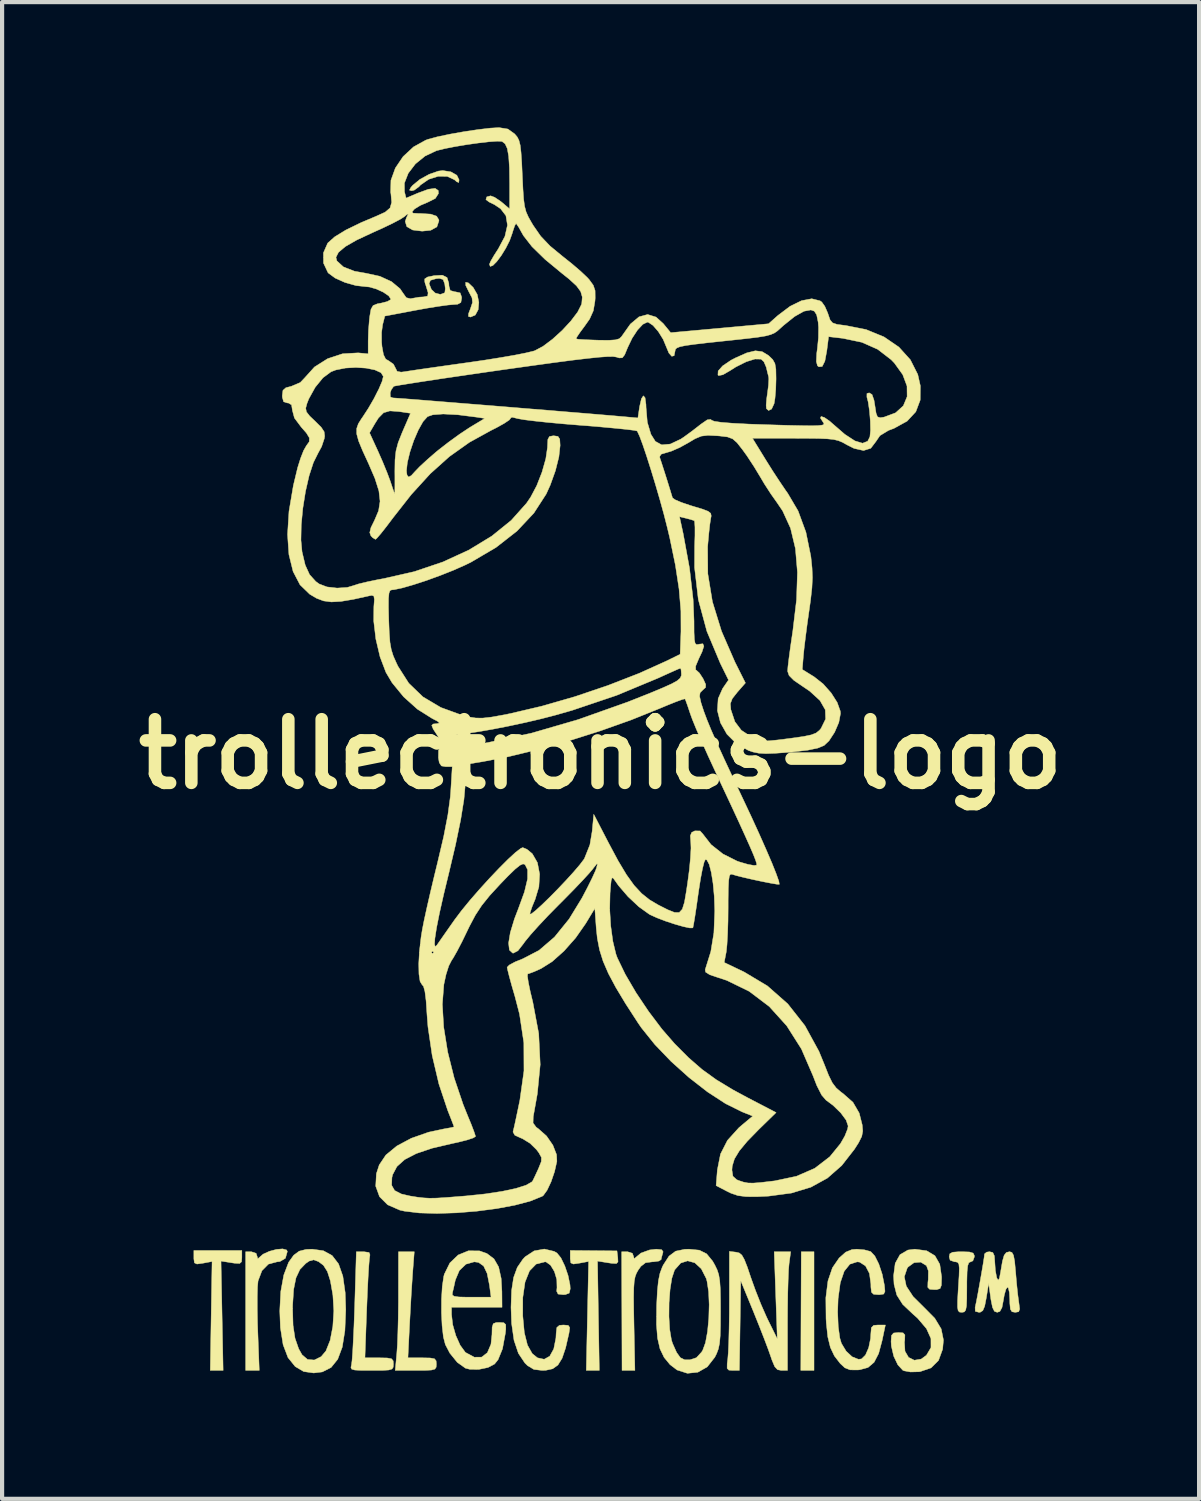
<source format=kicad_pcb>
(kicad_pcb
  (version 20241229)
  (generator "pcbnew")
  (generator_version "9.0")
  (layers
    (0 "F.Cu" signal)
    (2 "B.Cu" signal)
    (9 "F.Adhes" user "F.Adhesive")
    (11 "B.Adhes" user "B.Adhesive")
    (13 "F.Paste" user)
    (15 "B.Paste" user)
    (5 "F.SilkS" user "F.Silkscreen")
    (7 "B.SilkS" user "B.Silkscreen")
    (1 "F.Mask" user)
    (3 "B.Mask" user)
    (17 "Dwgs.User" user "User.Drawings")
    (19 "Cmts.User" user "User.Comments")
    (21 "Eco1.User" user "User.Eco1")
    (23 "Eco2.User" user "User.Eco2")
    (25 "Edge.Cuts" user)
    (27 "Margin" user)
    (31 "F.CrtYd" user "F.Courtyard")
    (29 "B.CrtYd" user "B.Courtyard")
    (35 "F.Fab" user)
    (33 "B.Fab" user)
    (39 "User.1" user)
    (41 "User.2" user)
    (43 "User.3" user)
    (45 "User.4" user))
  (footprint "trollectronics-logo"
    (layer "F.Cu")
    (at 11.328 15.003)
    (property "Reference" "trollectronics-logo" (at 0 0 0) (layer "F.SilkS") (effects (font (size 1.524 1.524) (thickness 0.3))))
    (attr through_hole)
    (fp_poly (pts (xy 5.11 14.756) (xy 4.794 14.756) (xy 4.799 13.335) (xy 4.805 11.914) (xy 5.11 11.914) (xy 5.11 14.756)) (stroke (width 0.01) (type solid)) (fill yes) (layer "F.SilkS"))
    (fp_poly (pts (xy -3.164 -11.28) (xy -3.049 -11.17) (xy -2.952 -11.002) (xy -2.914 -10.814) (xy -2.93 -10.639) (xy -2.999 -10.511) (xy -3.114 -10.462) (xy -3.164 -10.478) (xy -3.16 -10.546) (xy -3.115 -10.664) (xy -3.066 -10.81) (xy -3.078 -10.924) (xy -3.152 -11.064) (xy -3.228 -11.22) (xy -3.229 -11.296) (xy -3.164 -11.28)) (stroke (width 0.01) (type solid)) (fill yes) (layer "F.SilkS"))
    (fp_poly (pts (xy -8.588 12.051) (xy -8.595 12.155) (xy -8.64 12.195) (xy -8.756 12.19) (xy -8.837 12.178) (xy -9.087 12.138) (xy -9.036 14.756) (xy -9.19 14.756) (xy -9.344 14.756) (xy -9.301 12.148) (xy -9.519 12.189) (xy -9.662 12.209) (xy -9.723 12.181) (xy -9.737 12.084) (xy -9.737 12.057) (xy -9.737 11.884) (xy -8.588 11.884) (xy -8.588 12.051)) (stroke (width 0.01) (type solid)) (fill yes) (layer "F.SilkS"))
    (fp_poly (pts (xy 0.393 11.894) (xy 0.412 12.056) (xy 0.417 12.157) (xy 0.38 12.197) (xy 0.269 12.192) (xy 0.179 12.179) (xy -0.073 12.138) (xy -0.052 13.447) (xy -0.03 14.756) (xy -0.342 14.756) (xy -0.314 13.452) (xy -0.286 12.147) (xy -0.506 12.188) (xy -0.65 12.209) (xy -0.712 12.182) (xy -0.726 12.087) (xy -0.726 12.057) (xy -0.726 11.884) (xy 0.393 11.894)) (stroke (width 0.01) (type solid)) (fill yes) (layer "F.SilkS"))
    (fp_poly (pts (xy -3.583 -13.939) (xy -3.441 -13.858) (xy -3.387 -13.747) (xy -3.396 -13.683) (xy -3.445 -13.703) (xy -3.497 -13.749) (xy -3.67 -13.83) (xy -3.888 -13.832) (xy -4.114 -13.761) (xy -4.31 -13.625) (xy -4.351 -13.581) (xy -4.459 -13.502) (xy -4.522 -13.486) (xy -4.575 -13.501) (xy -4.543 -13.563) (xy -4.5 -13.614) (xy -4.327 -13.757) (xy -4.104 -13.88) (xy -3.883 -13.957) (xy -3.778 -13.97) (xy -3.583 -13.939)) (stroke (width 0.01) (type solid)) (fill yes) (layer "F.SilkS"))
    (fp_poly (pts (xy -4.496 12.383) (xy -4.513 12.632) (xy -4.534 12.958) (xy -4.554 13.319) (xy -4.572 13.652) (xy -4.612 14.454) (xy -4.271 14.454) (xy -4.078 14.458) (xy -3.976 14.477) (xy -3.937 14.526) (xy -3.931 14.605) (xy -3.936 14.679) (xy -3.967 14.724) (xy -4.05 14.747) (xy -4.207 14.755) (xy -4.424 14.756) (xy -4.916 14.756) (xy -4.878 14.348) (xy -4.864 14.144) (xy -4.853 13.852) (xy -4.844 13.502) (xy -4.839 13.127) (xy -4.839 12.927) (xy -4.838 11.914) (xy -4.46 11.914) (xy -4.496 12.383)) (stroke (width 0.01) (type solid)) (fill yes) (layer "F.SilkS"))
    (fp_poly (pts (xy -7.516 11.872) (xy -7.499 11.909) (xy -7.545 12.071) (xy -7.677 12.149) (xy -7.747 12.156) (xy -7.952 12.211) (xy -8.107 12.368) (xy -8.199 12.611) (xy -8.2 12.617) (xy -8.213 12.756) (xy -8.219 12.989) (xy -8.219 13.288) (xy -8.213 13.625) (xy -8.207 13.8) (xy -8.171 14.756) (xy -8.497 14.756) (xy -8.497 11.914) (xy -8.361 11.914) (xy -8.247 11.952) (xy -8.224 12.02) (xy -8.206 12.082) (xy -8.178 12.059) (xy -8.08 11.973) (xy -7.929 11.904) (xy -7.761 11.859) (xy -7.612 11.846) (xy -7.516 11.872)) (stroke (width 0.01) (type solid)) (fill yes) (layer "F.SilkS"))
    (fp_poly (pts (xy 1.463 11.866) (xy 1.497 11.915) (xy 1.488 11.949) (xy 1.456 12.064) (xy 1.451 12.1) (xy 1.398 12.137) (xy 1.267 12.155) (xy 1.239 12.156) (xy 1.077 12.177) (xy 0.965 12.264) (xy 0.902 12.352) (xy 0.858 12.43) (xy 0.827 12.515) (xy 0.806 12.626) (xy 0.795 12.784) (xy 0.791 13.007) (xy 0.794 13.316) (xy 0.8 13.652) (xy 0.822 14.756) (xy 0.668 14.756) (xy 0.514 14.756) (xy 0.505 11.914) (xy 0.646 11.914) (xy 0.762 11.951) (xy 0.787 12.02) (xy 0.805 12.082) (xy 0.832 12.059) (xy 0.967 11.946) (xy 1.171 11.872) (xy 1.333 11.853) (xy 1.463 11.866)) (stroke (width 0.01) (type solid)) (fill yes) (layer "F.SilkS"))
    (fp_poly (pts (xy -5.542 11.932) (xy -5.52 11.991) (xy -5.522 11.996) (xy -5.534 12.08) (xy -5.549 12.265) (xy -5.565 12.53) (xy -5.581 12.857) (xy -5.596 13.224) (xy -5.598 13.266) (xy -5.641 14.454) (xy -5.3 14.454) (xy -5.107 14.458) (xy -5.005 14.477) (xy -4.965 14.526) (xy -4.959 14.605) (xy -4.964 14.678) (xy -4.993 14.722) (xy -5.072 14.746) (xy -5.223 14.755) (xy -5.471 14.756) (xy -5.48 14.756) (xy -5.731 14.755) (xy -5.882 14.747) (xy -5.957 14.726) (xy -5.977 14.685) (xy -5.963 14.62) (xy -5.95 14.521) (xy -5.935 14.32) (xy -5.92 14.039) (xy -5.904 13.698) (xy -5.89 13.316) (xy -5.886 13.199) (xy -5.847 11.914) (xy -5.669 11.914) (xy -5.542 11.932)) (stroke (width 0.01) (type solid)) (fill yes) (layer "F.SilkS"))
    (fp_poly (pts (xy 8.829 11.92) (xy 8.92 11.947) (xy 8.949 12.007) (xy 8.95 12.035) (xy 8.913 12.133) (xy 8.86 12.156) (xy 8.817 12.176) (xy 8.79 12.249) (xy 8.775 12.395) (xy 8.769 12.635) (xy 8.769 12.76) (xy 8.767 13.036) (xy 8.76 13.212) (xy 8.741 13.311) (xy 8.708 13.355) (xy 8.655 13.365) (xy 8.648 13.365) (xy 8.593 13.359) (xy 8.56 13.324) (xy 8.546 13.24) (xy 8.547 13.085) (xy 8.561 12.836) (xy 8.566 12.76) (xy 8.583 12.486) (xy 8.588 12.311) (xy 8.578 12.212) (xy 8.55 12.168) (xy 8.499 12.156) (xy 8.476 12.156) (xy 8.369 12.118) (xy 8.346 12.035) (xy 8.362 11.962) (xy 8.429 11.926) (xy 8.578 11.914) (xy 8.648 11.914) (xy 8.829 11.92)) (stroke (width 0.01) (type solid)) (fill yes) (layer "F.SilkS"))
    (fp_poly (pts (xy 3.869 -9.634) (xy 4.016 -9.545) (xy 4.027 -9.536) (xy 4.121 -9.445) (xy 4.174 -9.35) (xy 4.197 -9.215) (xy 4.201 -9.002) (xy 4.201 -8.971) (xy 4.194 -8.732) (xy 4.176 -8.519) (xy 4.155 -8.391) (xy 4.095 -8.26) (xy 4.022 -8.225) (xy 3.971 -8.27) (xy 3.964 -8.351) (xy 3.977 -8.51) (xy 3.995 -8.636) (xy 4.02 -8.83) (xy 4.028 -8.979) (xy 4.024 -9.029) (xy 3.995 -9.141) (xy 3.967 -9.261) (xy 3.91 -9.393) (xy 3.842 -9.455) (xy 3.696 -9.458) (xy 3.485 -9.392) (xy 3.238 -9.268) (xy 3.103 -9.182) (xy 2.93 -9.082) (xy 2.828 -9.061) (xy 2.81 -9.075) (xy 2.815 -9.172) (xy 2.923 -9.294) (xy 3.121 -9.428) (xy 3.226 -9.483) (xy 3.5 -9.605) (xy 3.706 -9.655) (xy 3.869 -9.634)) (stroke (width 0.01) (type solid)) (fill yes) (layer "F.SilkS"))
    (fp_poly (pts (xy 3.244 11.925) (xy 3.321 11.944) (xy 3.383 11.996) (xy 3.442 12.101) (xy 3.513 12.281) (xy 3.593 12.519) (xy 3.706 12.834) (xy 3.839 13.171) (xy 3.97 13.469) (xy 4.007 13.547) (xy 4.231 14) (xy 4.194 12.957) (xy 4.157 11.914) (xy 4.552 11.914) (xy 4.514 12.194) (xy 4.501 12.345) (xy 4.491 12.591) (xy 4.482 12.908) (xy 4.477 13.27) (xy 4.475 13.616) (xy 4.475 14.756) (xy 4.329 14.756) (xy 4.237 14.738) (xy 4.169 14.665) (xy 4.104 14.51) (xy 4.08 14.439) (xy 4.017 14.26) (xy 3.92 14.003) (xy 3.802 13.701) (xy 3.676 13.388) (xy 3.667 13.365) (xy 3.356 12.609) (xy 3.34 13.683) (xy 3.323 14.756) (xy 3.165 14.756) (xy 3.071 14.749) (xy 3.03 14.706) (xy 3.031 14.596) (xy 3.046 14.476) (xy 3.058 14.325) (xy 3.069 14.079) (xy 3.077 13.762) (xy 3.083 13.4) (xy 3.084 13.05) (xy 3.084 11.906) (xy 3.244 11.925)) (stroke (width 0.01) (type solid)) (fill yes) (layer "F.SilkS"))
    (fp_poly (pts (xy -6.637 11.89) (xy -6.427 12.005) (xy -6.273 12.205) (xy -6.17 12.499) (xy -6.114 12.893) (xy -6.1 13.303) (xy -6.121 13.805) (xy -6.184 14.198) (xy -6.293 14.489) (xy -6.451 14.685) (xy -6.662 14.792) (xy -6.868 14.817) (xy -7.107 14.783) (xy -7.305 14.666) (xy -7.312 14.661) (xy -7.483 14.449) (xy -7.6 14.141) (xy -7.665 13.733) (xy -7.68 13.335) (xy -7.678 13.281) (xy -7.373 13.281) (xy -7.362 13.677) (xy -7.315 13.986) (xy -7.228 14.237) (xy -7.147 14.381) (xy -7.016 14.493) (xy -6.854 14.507) (xy -6.691 14.427) (xy -6.575 14.29) (xy -6.474 14.036) (xy -6.41 13.704) (xy -6.386 13.332) (xy -6.408 12.961) (xy -6.412 12.932) (xy -6.469 12.61) (xy -6.54 12.388) (xy -6.634 12.24) (xy -6.751 12.151) (xy -6.868 12.108) (xy -6.973 12.136) (xy -7.058 12.194) (xy -7.197 12.338) (xy -7.292 12.539) (xy -7.348 12.818) (xy -7.372 13.192) (xy -7.373 13.281) (xy -7.678 13.281) (xy -7.656 12.866) (xy -7.584 12.472) (xy -7.468 12.167) (xy -7.346 11.997) (xy -7.216 11.901) (xy -7.051 11.859) (xy -6.905 11.853) (xy -6.637 11.89)) (stroke (width 0.01) (type solid)) (fill yes) (layer "F.SilkS"))
    (fp_poly (pts (xy -1.111 11.906) (xy -1.043 11.946) (xy -0.949 12.062) (xy -0.856 12.255) (xy -0.778 12.484) (xy -0.732 12.707) (xy -0.726 12.802) (xy -0.75 12.905) (xy -0.844 12.94) (xy -0.897 12.942) (xy -1.017 12.928) (xy -1.051 12.86) (xy -1.043 12.771) (xy -1.048 12.579) (xy -1.105 12.388) (xy -1.197 12.236) (xy -1.305 12.159) (xy -1.331 12.156) (xy -1.542 12.21) (xy -1.701 12.373) (xy -1.808 12.64) (xy -1.862 13.012) (xy -1.863 13.447) (xy -1.825 13.852) (xy -1.75 14.15) (xy -1.636 14.353) (xy -1.511 14.454) (xy -1.35 14.489) (xy -1.217 14.415) (xy -1.121 14.242) (xy -1.069 13.981) (xy -1.063 13.864) (xy -1.047 13.728) (xy -0.985 13.676) (xy -0.887 13.668) (xy -0.773 13.678) (xy -0.738 13.732) (xy -0.756 13.864) (xy -0.837 14.217) (xy -0.921 14.465) (xy -1.021 14.627) (xy -1.147 14.717) (xy -1.312 14.753) (xy -1.397 14.756) (xy -1.596 14.732) (xy -1.748 14.641) (xy -1.812 14.578) (xy -1.967 14.347) (xy -2.072 14.035) (xy -2.13 13.631) (xy -2.144 13.244) (xy -2.13 12.841) (xy -2.082 12.531) (xy -1.994 12.29) (xy -1.859 12.092) (xy -1.805 12.035) (xy -1.59 11.894) (xy -1.346 11.85) (xy -1.111 11.906)) (stroke (width 0.01) (type solid)) (fill yes) (layer "F.SilkS"))
    (fp_poly (pts (xy 6.316 11.869) (xy 6.459 11.908) (xy 6.47 11.913) (xy 6.566 12.017) (xy 6.662 12.209) (xy 6.743 12.455) (xy 6.795 12.715) (xy 6.809 12.863) (xy 6.779 12.927) (xy 6.684 12.942) (xy 6.649 12.942) (xy 6.537 12.933) (xy 6.486 12.884) (xy 6.472 12.761) (xy 6.471 12.683) (xy 6.437 12.434) (xy 6.343 12.254) (xy 6.202 12.163) (xy 6.144 12.156) (xy 5.969 12.212) (xy 5.833 12.38) (xy 5.739 12.656) (xy 5.687 13.037) (xy 5.676 13.356) (xy 5.69 13.706) (xy 5.728 13.98) (xy 5.766 14.108) (xy 5.879 14.295) (xy 6.024 14.43) (xy 6.173 14.489) (xy 6.247 14.481) (xy 6.342 14.388) (xy 6.419 14.212) (xy 6.464 13.99) (xy 6.471 13.87) (xy 6.483 13.732) (xy 6.538 13.677) (xy 6.645 13.668) (xy 6.819 13.668) (xy 6.741 14.038) (xy 6.657 14.352) (xy 6.548 14.562) (xy 6.402 14.686) (xy 6.204 14.74) (xy 6.161 14.744) (xy 5.975 14.743) (xy 5.849 14.694) (xy 5.74 14.593) (xy 5.598 14.409) (xy 5.502 14.206) (xy 5.44 13.954) (xy 5.404 13.62) (xy 5.398 13.516) (xy 5.393 13.016) (xy 5.444 12.613) (xy 5.551 12.298) (xy 5.711 12.065) (xy 5.869 11.924) (xy 6.017 11.863) (xy 6.134 11.853) (xy 6.316 11.869)) (stroke (width 0.01) (type solid)) (fill yes) (layer "F.SilkS"))
    (fp_poly (pts (xy 7.807 11.891) (xy 8.004 12.009) (xy 8.121 12.214) (xy 8.164 12.512) (xy 8.164 12.552) (xy 8.159 12.718) (xy 8.128 12.796) (xy 8.05 12.82) (xy 7.989 12.821) (xy 7.878 12.813) (xy 7.834 12.767) (xy 7.837 12.648) (xy 7.845 12.58) (xy 7.848 12.374) (xy 7.802 12.247) (xy 7.665 12.163) (xy 7.505 12.176) (xy 7.363 12.279) (xy 7.34 12.31) (xy 7.272 12.513) (xy 7.319 12.738) (xy 7.483 12.988) (xy 7.741 13.244) (xy 8.002 13.508) (xy 8.155 13.762) (xy 8.209 14.028) (xy 8.189 14.249) (xy 8.091 14.517) (xy 7.912 14.695) (xy 7.651 14.784) (xy 7.62 14.788) (xy 7.421 14.793) (xy 7.266 14.765) (xy 7.236 14.752) (xy 7.116 14.621) (xy 7.018 14.414) (xy 6.962 14.174) (xy 6.955 14.063) (xy 6.965 13.919) (xy 7.015 13.86) (xy 7.13 13.849) (xy 7.243 13.857) (xy 7.286 13.906) (xy 7.282 14.029) (xy 7.275 14.08) (xy 7.288 14.296) (xy 7.374 14.444) (xy 7.512 14.512) (xy 7.676 14.484) (xy 7.801 14.393) (xy 7.91 14.209) (xy 7.909 13.993) (xy 7.803 13.756) (xy 7.593 13.509) (xy 7.472 13.401) (xy 7.234 13.176) (xy 7.092 12.952) (xy 7.026 12.694) (xy 7.015 12.489) (xy 7.054 12.191) (xy 7.168 11.985) (xy 7.357 11.874) (xy 7.524 11.853) (xy 7.807 11.891)) (stroke (width 0.01) (type solid)) (fill yes) (layer "F.SilkS"))
    (fp_poly (pts (xy 9.849 11.932) (xy 9.886 12) (xy 9.913 12.142) (xy 9.935 12.379) (xy 9.938 12.413) (xy 9.961 12.68) (xy 9.987 12.931) (xy 10.012 13.117) (xy 10.015 13.138) (xy 10.034 13.287) (xy 10.01 13.351) (xy 9.93 13.365) (xy 9.926 13.365) (xy 9.849 13.351) (xy 9.811 13.29) (xy 9.798 13.15) (xy 9.797 13.063) (xy 9.787 12.89) (xy 9.762 12.781) (xy 9.742 12.76) (xy 9.704 12.815) (xy 9.665 12.953) (xy 9.646 13.063) (xy 9.61 13.251) (xy 9.56 13.343) (xy 9.496 13.365) (xy 9.429 13.34) (xy 9.383 13.247) (xy 9.346 13.063) (xy 9.34 13.018) (xy 9.291 12.67) (xy 9.235 13.018) (xy 9.196 13.218) (xy 9.151 13.324) (xy 9.089 13.363) (xy 9.058 13.365) (xy 8.971 13.341) (xy 8.967 13.246) (xy 8.971 13.229) (xy 8.997 13.108) (xy 9.034 12.913) (xy 9.077 12.676) (xy 9.12 12.431) (xy 9.158 12.208) (xy 9.184 12.042) (xy 9.192 11.966) (xy 9.243 11.924) (xy 9.313 11.914) (xy 9.391 11.933) (xy 9.428 12.013) (xy 9.439 12.171) (xy 9.452 12.363) (xy 9.481 12.521) (xy 9.49 12.549) (xy 9.522 12.596) (xy 9.549 12.548) (xy 9.579 12.391) (xy 9.581 12.375) (xy 9.622 12.138) (xy 9.662 11.999) (xy 9.715 11.932) (xy 9.789 11.914) (xy 9.795 11.914) (xy 9.849 11.932)) (stroke (width 0.01) (type solid)) (fill yes) (layer "F.SilkS"))
    (fp_poly (pts (xy 2.364 11.877) (xy 2.539 11.964) (xy 2.682 12.138) (xy 2.736 12.233) (xy 2.791 12.347) (xy 2.829 12.464) (xy 2.853 12.609) (xy 2.867 12.808) (xy 2.872 13.084) (xy 2.873 13.335) (xy 2.871 13.68) (xy 2.864 13.929) (xy 2.848 14.108) (xy 2.82 14.242) (xy 2.777 14.356) (xy 2.734 14.441) (xy 2.555 14.67) (xy 2.329 14.799) (xy 2.079 14.825) (xy 1.83 14.745) (xy 1.662 14.616) (xy 1.521 14.444) (xy 1.423 14.24) (xy 1.364 13.984) (xy 1.338 13.654) (xy 1.34 13.467) (xy 1.637 13.467) (xy 1.655 13.774) (xy 1.696 14.022) (xy 1.722 14.106) (xy 1.82 14.325) (xy 1.909 14.45) (xy 2.013 14.501) (xy 2.139 14.502) (xy 2.295 14.451) (xy 2.42 14.315) (xy 2.446 14.272) (xy 2.512 14.091) (xy 2.561 13.825) (xy 2.591 13.509) (xy 2.6 13.18) (xy 2.587 12.873) (xy 2.549 12.623) (xy 2.53 12.555) (xy 2.411 12.322) (xy 2.256 12.179) (xy 2.085 12.132) (xy 1.919 12.185) (xy 1.778 12.344) (xy 1.769 12.36) (xy 1.707 12.547) (xy 1.664 12.818) (xy 1.64 13.137) (xy 1.637 13.467) (xy 1.34 13.467) (xy 1.342 13.229) (xy 1.343 13.184) (xy 1.36 12.851) (xy 1.385 12.609) (xy 1.422 12.43) (xy 1.477 12.282) (xy 1.501 12.233) (xy 1.639 12.019) (xy 1.797 11.901) (xy 2.014 11.856) (xy 2.117 11.853) (xy 2.364 11.877)) (stroke (width 0.01) (type solid)) (fill yes) (layer "F.SilkS"))
    (fp_poly (pts (xy -2.9 11.894) (xy -2.721 11.957) (xy -2.552 12.085) (xy -2.441 12.277) (xy -2.38 12.552) (xy -2.362 12.866) (xy -2.359 13.244) (xy -3.568 13.244) (xy -3.568 13.415) (xy -3.54 13.661) (xy -3.465 13.922) (xy -3.361 14.154) (xy -3.243 14.315) (xy -3.226 14.33) (xy -3.022 14.439) (xy -2.846 14.437) (xy -2.71 14.331) (xy -2.624 14.129) (xy -2.6 13.896) (xy -2.596 13.722) (xy -2.569 13.637) (xy -2.501 13.61) (xy -2.425 13.607) (xy -2.316 13.614) (xy -2.27 13.658) (xy -2.269 13.772) (xy -2.279 13.864) (xy -2.348 14.239) (xy -2.454 14.499) (xy -2.538 14.603) (xy -2.696 14.686) (xy -2.912 14.731) (xy -3.127 14.73) (xy -3.235 14.702) (xy -3.43 14.563) (xy -3.609 14.342) (xy -3.716 14.137) (xy -3.763 13.955) (xy -3.794 13.688) (xy -3.809 13.374) (xy -3.808 13.049) (xy -3.802 12.95) (xy -3.549 12.95) (xy -3.505 12.981) (xy -3.393 12.997) (xy -3.189 13.002) (xy -3.099 13.002) (xy -2.622 13.002) (xy -2.66 12.715) (xy -2.716 12.433) (xy -2.8 12.256) (xy -2.922 12.17) (xy -3.024 12.156) (xy -3.222 12.212) (xy -3.381 12.364) (xy -3.476 12.59) (xy -3.479 12.602) (xy -3.516 12.772) (xy -3.546 12.897) (xy -3.549 12.95) (xy -3.802 12.95) (xy -3.79 12.748) (xy -3.755 12.509) (xy -3.741 12.453) (xy -3.608 12.183) (xy -3.409 11.992) (xy -3.165 11.892) (xy -2.9 11.894)) (stroke (width 0.01) (type solid)) (fill yes) (layer "F.SilkS"))
    (fp_poly (pts (xy -2.219 -14.964) (xy -2.055 -14.846) (xy -2.054 -14.844) (xy -1.995 -14.774) (xy -1.954 -14.692) (xy -1.924 -14.576) (xy -1.904 -14.404) (xy -1.887 -14.153) (xy -1.874 -13.862) (xy -1.858 -13.529) (xy -1.842 -13.29) (xy -1.819 -13.117) (xy -1.783 -12.981) (xy -1.728 -12.857) (xy -1.648 -12.716) (xy -1.612 -12.656) (xy -1.433 -12.398) (xy -1.209 -12.163) (xy -0.913 -11.919) (xy -0.687 -11.739) (xy -0.479 -11.561) (xy -0.321 -11.412) (xy -0.274 -11.361) (xy -0.175 -11.225) (xy -0.131 -11.095) (xy -0.129 -10.917) (xy -0.134 -10.846) (xy -0.173 -10.614) (xy -0.262 -10.416) (xy -0.383 -10.244) (xy -0.497 -10.09) (xy -0.571 -9.979) (xy -0.586 -9.94) (xy -0.522 -9.93) (xy -0.366 -9.92) (xy -0.147 -9.912) (xy -0.061 -9.909) (xy 0.194 -9.906) (xy 0.355 -9.917) (xy 0.449 -9.944) (xy 0.502 -9.994) (xy 0.51 -10.007) (xy 0.714 -10.295) (xy 0.921 -10.468) (xy 1.127 -10.524) (xy 1.328 -10.462) (xy 1.501 -10.306) (xy 1.679 -10.089) (xy 2.851 -10.195) (xy 4.022 -10.302) (xy 4.245 -10.5) (xy 4.537 -10.72) (xy 4.812 -10.855) (xy 5.056 -10.901) (xy 5.253 -10.852) (xy 5.296 -10.822) (xy 5.369 -10.719) (xy 5.439 -10.558) (xy 5.45 -10.524) (xy 5.494 -10.396) (xy 5.553 -10.324) (xy 5.66 -10.287) (xy 5.85 -10.262) (xy 5.869 -10.26) (xy 6.356 -10.164) (xy 6.785 -9.988) (xy 7.142 -9.744) (xy 7.416 -9.441) (xy 7.594 -9.089) (xy 7.656 -8.815) (xy 7.652 -8.474) (xy 7.547 -8.195) (xy 7.339 -7.971) (xy 7.023 -7.797) (xy 6.894 -7.749) (xy 6.688 -7.624) (xy 6.592 -7.483) (xy 6.469 -7.321) (xy 6.296 -7.267) (xy 6.069 -7.318) (xy 5.898 -7.404) (xy 5.795 -7.462) (xy 5.697 -7.503) (xy 5.583 -7.531) (xy 5.431 -7.547) (xy 5.218 -7.556) (xy 4.923 -7.559) (xy 4.635 -7.56) (xy 3.637 -7.56) (xy 3.963 -7.03) (xy 4.125 -6.772) (xy 4.289 -6.522) (xy 4.427 -6.318) (xy 4.48 -6.244) (xy 4.729 -5.821) (xy 4.916 -5.313) (xy 5.032 -4.745) (xy 5.036 -4.718) (xy 5.063 -4.456) (xy 5.072 -4.223) (xy 5.06 -3.978) (xy 5.027 -3.68) (xy 4.993 -3.438) (xy 4.947 -3.114) (xy 4.906 -2.798) (xy 4.873 -2.529) (xy 4.856 -2.359) (xy 4.829 -2.026) (xy 5.114 -1.849) (xy 5.329 -1.679) (xy 5.52 -1.464) (xy 5.665 -1.236) (xy 5.739 -1.029) (xy 5.744 -0.971) (xy 5.704 -0.757) (xy 5.603 -0.522) (xy 5.469 -0.317) (xy 5.352 -0.206) (xy 5.205 -0.145) (xy 4.964 -0.094) (xy 4.617 -0.053) (xy 4.498 -0.042) (xy 4.182 -0.019) (xy 3.956 -0.011) (xy 3.789 -0.021) (xy 3.652 -0.049) (xy 3.539 -0.087) (xy 3.252 -0.249) (xy 3.025 -0.477) (xy 2.871 -0.749) (xy 2.797 -1.04) (xy 2.815 -1.327) (xy 2.922 -1.569) (xy 3.063 -1.774) (xy 2.866 -2.174) (xy 2.545 -2.94) (xy 2.34 -3.7) (xy 2.25 -4.468) (xy 2.252 -4.976) (xy 2.26 -5.23) (xy 2.26 -5.433) (xy 2.252 -5.56) (xy 2.244 -5.588) (xy 2.163 -5.615) (xy 2.049 -5.645) (xy 1.89 -5.683) (xy 1.978 -5.276) (xy 2.129 -4.452) (xy 2.216 -3.701) (xy 2.237 -3.186) (xy 2.238 -2.915) (xy 2.246 -2.744) (xy 2.263 -2.653) (xy 2.296 -2.621) (xy 2.347 -2.627) (xy 2.359 -2.631) (xy 2.449 -2.641) (xy 2.473 -2.583) (xy 2.429 -2.447) (xy 2.351 -2.283) (xy 2.276 -2.105) (xy 2.277 -2.017) (xy 2.292 -2.008) (xy 2.365 -1.942) (xy 2.449 -1.814) (xy 2.458 -1.798) (xy 2.517 -1.668) (xy 2.514 -1.595) (xy 2.446 -1.533) (xy 2.383 -1.47) (xy 2.37 -1.386) (xy 2.402 -1.239) (xy 2.415 -1.196) (xy 2.471 -1.025) (xy 2.547 -0.822) (xy 2.649 -0.574) (xy 2.784 -0.268) (xy 2.956 0.109) (xy 3.172 0.572) (xy 3.375 1.002) (xy 3.595 1.469) (xy 3.793 1.901) (xy 3.964 2.287) (xy 4.104 2.613) (xy 4.206 2.869) (xy 4.267 3.041) (xy 4.28 3.117) (xy 4.279 3.119) (xy 4.216 3.115) (xy 4.068 3.09) (xy 3.864 3.05) (xy 3.639 3.002) (xy 3.422 2.952) (xy 3.246 2.908) (xy 3.145 2.877) (xy 3.108 2.877) (xy 3.083 2.923) (xy 3.067 3.031) (xy 3.058 3.218) (xy 3.054 3.501) (xy 3.054 3.673) (xy 3.051 4.002) (xy 3.041 4.308) (xy 3.027 4.561) (xy 3.01 4.73) (xy 3.007 4.747) (xy 2.96 4.989) (xy 3.437 5.217) (xy 3.995 5.551) (xy 4.482 5.98) (xy 4.893 6.503) (xy 5.229 7.118) (xy 5.356 7.428) (xy 5.46 7.691) (xy 5.548 7.87) (xy 5.642 7.994) (xy 5.759 8.095) (xy 5.8 8.123) (xy 6.042 8.336) (xy 6.192 8.594) (xy 6.264 8.878) (xy 6.277 9.025) (xy 6.253 9.153) (xy 6.177 9.305) (xy 6.078 9.46) (xy 5.773 9.851) (xy 5.431 10.151) (xy 5.035 10.369) (xy 4.57 10.51) (xy 4.022 10.583) (xy 3.754 10.596) (xy 3.484 10.595) (xy 3.288 10.57) (xy 3.119 10.512) (xy 3.031 10.469) (xy 2.766 10.331) (xy 2.796 9.954) (xy 2.871 9.576) (xy 3.038 9.248) (xy 3.311 8.946) (xy 3.389 8.879) (xy 3.643 8.667) (xy 3.388 8.565) (xy 2.991 8.368) (xy 2.559 8.087) (xy 2.117 7.743) (xy 1.689 7.359) (xy 1.301 6.955) (xy 0.978 6.553) (xy 0.9 6.44) (xy 0.599 5.975) (xy 0.365 5.586) (xy 0.188 5.254) (xy 0.061 4.96) (xy -0.025 4.685) (xy -0.078 4.41) (xy -0.104 4.161) (xy -0.136 3.715) (xy 0.219 3.715) (xy 0.243 4.111) (xy 0.294 4.482) (xy 0.368 4.789) (xy 0.401 4.879) (xy 0.591 5.272) (xy 0.848 5.711) (xy 1.148 6.159) (xy 1.468 6.583) (xy 1.772 6.933) (xy 2.108 7.27) (xy 2.43 7.55) (xy 2.772 7.797) (xy 3.17 8.038) (xy 3.517 8.225) (xy 4.203 8.582) (xy 3.788 8.987) (xy 3.512 9.27) (xy 3.322 9.499) (xy 3.205 9.692) (xy 3.152 9.866) (xy 3.145 9.958) (xy 3.168 10.107) (xy 3.26 10.19) (xy 3.311 10.211) (xy 3.424 10.248) (xy 3.528 10.268) (xy 3.655 10.271) (xy 3.834 10.257) (xy 4.096 10.226) (xy 4.167 10.218) (xy 4.691 10.107) (xy 5.129 9.916) (xy 5.488 9.64) (xy 5.743 9.327) (xy 5.848 9.144) (xy 5.914 8.977) (xy 5.927 8.904) (xy 5.879 8.763) (xy 5.75 8.589) (xy 5.566 8.41) (xy 5.397 8.284) (xy 5.293 8.164) (xy 5.177 7.936) (xy 5.085 7.699) (xy 4.808 7.059) (xy 4.457 6.506) (xy 4.039 6.044) (xy 3.558 5.68) (xy 3.021 5.418) (xy 2.816 5.351) (xy 2.613 5.282) (xy 2.515 5.22) (xy 2.504 5.163) (xy 2.639 4.731) (xy 2.713 4.279) (xy 2.734 3.76) (xy 2.734 3.75) (xy 2.722 3.41) (xy 2.693 3.098) (xy 2.651 2.835) (xy 2.601 2.641) (xy 2.544 2.535) (xy 2.51 2.523) (xy 2.48 2.584) (xy 2.44 2.743) (xy 2.395 2.977) (xy 2.35 3.264) (xy 2.339 3.339) (xy 2.297 3.636) (xy 2.259 3.886) (xy 2.229 4.067) (xy 2.211 4.156) (xy 2.209 4.161) (xy 2.136 4.163) (xy 1.981 4.13) (xy 1.778 4.072) (xy 1.557 3.999) (xy 1.35 3.92) (xy 1.189 3.847) (xy 1.164 3.833) (xy 0.916 3.655) (xy 0.657 3.412) (xy 0.429 3.147) (xy 0.358 3.046) (xy 0.306 2.974) (xy 0.275 2.962) (xy 0.254 3.027) (xy 0.238 3.186) (xy 0.227 3.334) (xy 0.219 3.715) (xy -0.136 3.715) (xy -0.138 3.695) (xy -0.356 4.056) (xy -0.597 4.401) (xy -0.874 4.714) (xy -1.16 4.969) (xy -1.426 5.136) (xy -1.592 5.21) (xy -1.713 5.255) (xy -1.744 5.261) (xy -1.751 5.316) (xy -1.729 5.464) (xy -1.684 5.683) (xy -1.622 5.94) (xy -1.481 6.691) (xy -1.445 7.434) (xy -1.514 8.134) (xy -1.555 8.365) (xy -1.593 8.577) (xy -1.612 8.682) (xy -1.616 8.832) (xy -1.541 8.933) (xy -1.488 8.971) (xy -1.293 9.144) (xy -1.142 9.363) (xy -1.054 9.589) (xy -1.046 9.75) (xy -1.102 9.998) (xy -1.185 10.24) (xy -1.28 10.442) (xy -1.372 10.569) (xy -1.398 10.587) (xy -1.677 10.7) (xy -2.048 10.799) (xy -2.485 10.881) (xy -2.96 10.943) (xy -3.446 10.983) (xy -3.915 10.998) (xy -4.34 10.986) (xy -4.693 10.943) (xy -4.806 10.918) (xy -5.098 10.79) (xy -5.292 10.596) (xy -5.383 10.345) (xy -5.382 10.323) (xy -5.002 10.323) (xy -4.93 10.449) (xy -4.766 10.533) (xy -4.56 10.58) (xy -4.386 10.608) (xy -4.24 10.625) (xy -4.095 10.633) (xy -3.923 10.63) (xy -3.698 10.616) (xy -3.392 10.592) (xy -3.207 10.577) (xy -2.751 10.529) (xy -2.352 10.468) (xy -2.025 10.398) (xy -1.785 10.322) (xy -1.646 10.243) (xy -1.624 10.216) (xy -1.571 10.107) (xy -1.496 9.945) (xy -1.478 9.903) (xy -1.419 9.755) (xy -1.416 9.656) (xy -1.476 9.547) (xy -1.534 9.469) (xy -1.689 9.318) (xy -1.871 9.206) (xy -1.907 9.192) (xy -2.053 9.125) (xy -2.096 9.047) (xy -2.091 9.021) (xy -2.067 8.922) (xy -2.026 8.734) (xy -1.974 8.487) (xy -1.932 8.285) (xy -1.834 7.586) (xy -1.837 6.911) (xy -1.94 6.227) (xy -2.049 5.806) (xy -2.126 5.542) (xy -2.187 5.318) (xy -2.226 5.162) (xy -2.237 5.103) (xy -2.185 5.05) (xy -2.047 4.976) (xy -1.86 4.9) (xy -1.473 4.699) (xy -1.103 4.381) (xy -0.753 3.949) (xy -0.446 3.447) (xy -0.314 3.195) (xy -0.201 2.967) (xy -0.123 2.795) (xy -0.096 2.721) (xy -0.074 2.631) (xy -0.092 2.629) (xy -0.164 2.72) (xy -0.188 2.752) (xy -0.277 2.857) (xy -0.433 3.027) (xy -0.639 3.243) (xy -0.876 3.484) (xy -1.009 3.617) (xy -1.258 3.87) (xy -1.487 4.114) (xy -1.678 4.327) (xy -1.811 4.489) (xy -1.849 4.543) (xy -1.979 4.709) (xy -2.089 4.766) (xy -2.105 4.764) (xy -2.183 4.692) (xy -2.202 4.525) (xy -2.161 4.273) (xy -2.062 3.946) (xy -1.969 3.704) (xy -1.822 3.3) (xy -1.748 2.989) (xy -1.747 2.768) (xy -1.808 2.646) (xy -1.856 2.629) (xy -1.932 2.663) (xy -2.049 2.758) (xy -2.221 2.925) (xy -2.404 3.115) (xy -2.657 3.39) (xy -2.846 3.625) (xy -2.998 3.857) (xy -3.14 4.125) (xy -3.192 4.233) (xy -3.316 4.489) (xy -3.434 4.716) (xy -3.529 4.883) (xy -3.57 4.945) (xy -3.635 5.073) (xy -3.7 5.278) (xy -3.751 5.514) (xy -3.752 5.518) (xy -3.788 5.99) (xy -3.756 6.535) (xy -3.66 7.132) (xy -3.504 7.756) (xy -3.291 8.386) (xy -3.187 8.645) (xy -3.097 8.863) (xy -3.03 9.039) (xy -2.996 9.143) (xy -2.994 9.156) (xy -3.049 9.19) (xy -3.197 9.239) (xy -3.411 9.293) (xy -3.538 9.32) (xy -4.03 9.435) (xy -4.41 9.563) (xy -4.689 9.707) (xy -4.875 9.874) (xy -4.978 10.069) (xy -4.995 10.139) (xy -5.002 10.323) (xy -5.382 10.323) (xy -5.367 10.046) (xy -5.299 9.836) (xy -5.14 9.599) (xy -4.878 9.383) (xy -4.532 9.198) (xy -4.12 9.053) (xy -3.751 8.974) (xy -3.6 8.947) (xy -3.514 8.928) (xy -3.508 8.924) (xy -3.528 8.867) (xy -3.582 8.727) (xy -3.658 8.534) (xy -3.662 8.523) (xy -3.87 7.9) (xy -4.031 7.217) (xy -4.132 6.531) (xy -4.155 6.239) (xy -4.177 5.908) (xy -4.205 5.686) (xy -4.239 5.56) (xy -4.273 5.522) (xy -4.321 5.443) (xy -4.348 5.267) (xy -4.353 5.017) (xy -4.338 4.747) (xy -4.052 4.747) (xy -4.022 4.778) (xy -3.991 4.747) (xy -4.022 4.717) (xy -4.052 4.747) (xy -4.338 4.747) (xy -4.336 4.714) (xy -4.318 4.564) (xy -3.976 4.564) (xy -3.953 4.609) (xy -3.918 4.574) (xy -3.851 4.477) (xy -3.733 4.308) (xy -3.585 4.097) (xy -3.491 3.963) (xy -3.329 3.748) (xy -3.127 3.501) (xy -2.898 3.238) (xy -2.659 2.975) (xy -2.426 2.73) (xy -2.213 2.517) (xy -2.036 2.354) (xy -1.91 2.258) (xy -1.863 2.238) (xy -1.764 2.279) (xy -1.642 2.379) (xy -1.633 2.388) (xy -1.512 2.598) (xy -1.459 2.873) (xy -1.477 3.179) (xy -1.566 3.476) (xy -1.639 3.653) (xy -1.685 3.788) (xy -1.693 3.832) (xy -1.656 3.825) (xy -1.553 3.744) (xy -1.403 3.607) (xy -1.22 3.43) (xy -1.022 3.229) (xy -0.825 3.021) (xy -0.645 2.823) (xy -0.498 2.651) (xy -0.4 2.522) (xy -0.387 2.502) (xy -0.256 2.174) (xy -0.201 1.847) (xy -0.163 1.442) (xy 0.192 2.128) (xy 0.421 2.556) (xy 0.62 2.888) (xy 0.803 3.143) (xy 0.984 3.338) (xy 1.176 3.491) (xy 1.383 3.613) (xy 1.613 3.729) (xy 1.775 3.793) (xy 1.884 3.792) (xy 1.957 3.713) (xy 2.009 3.546) (xy 2.055 3.277) (xy 2.084 3.081) (xy 2.125 2.773) (xy 2.152 2.485) (xy 2.165 2.252) (xy 2.16 2.116) (xy 2.149 1.957) (xy 2.181 1.876) (xy 2.257 1.839) (xy 2.382 1.84) (xy 2.447 1.912) (xy 2.645 2.167) (xy 2.93 2.392) (xy 3.266 2.561) (xy 3.332 2.584) (xy 3.529 2.641) (xy 3.675 2.667) (xy 3.739 2.658) (xy 3.739 2.657) (xy 3.736 2.619) (xy 3.711 2.539) (xy 3.66 2.408) (xy 3.578 2.217) (xy 3.461 1.956) (xy 3.307 1.618) (xy 3.11 1.193) (xy 2.866 0.672) (xy 2.736 0.393) (xy 2.574 0.042) (xy 2.423 -0.295) (xy 2.293 -0.595) (xy 2.196 -0.833) (xy 2.147 -0.968) (xy 2.086 -1.151) (xy 2.039 -1.281) (xy 2.021 -1.322) (xy 1.962 -1.309) (xy 1.815 -1.256) (xy 1.605 -1.172) (xy 1.409 -1.09) (xy 0.733 -0.818) (xy -0.001 -0.557) (xy -0.761 -0.316) (xy -1.512 -0.105) (xy -2.223 0.066) (xy -2.833 0.183) (xy -3.278 0.255) (xy -3.248 0.445) (xy -3.237 0.711) (xy -3.271 1.088) (xy -3.349 1.574) (xy -3.471 2.166) (xy -3.624 2.815) (xy -3.754 3.351) (xy -3.855 3.799) (xy -3.926 4.154) (xy -3.966 4.41) (xy -3.976 4.564) (xy -4.318 4.564) (xy -4.297 4.381) (xy -4.268 4.203) (xy -4.225 3.984) (xy -4.158 3.678) (xy -4.075 3.315) (xy -3.982 2.924) (xy -3.903 2.6) (xy -3.756 1.976) (xy -3.655 1.453) (xy -3.597 1.023) (xy -3.587 0.892) (xy -3.551 0.302) (xy -3.704 0.302) (xy -3.81 0.284) (xy -3.862 0.205) (xy -3.882 0.087) (xy -3.879 -0.089) (xy -3.829 -0.172) (xy -3.795 -0.225) (xy -3.832 -0.327) (xy -3.887 -0.414) (xy -3.469 -0.414) (xy -3.436 -0.333) (xy -3.4 -0.258) (xy -3.36 -0.212) (xy -3.291 -0.192) (xy -3.171 -0.198) (xy -2.977 -0.227) (xy -2.702 -0.275) (xy -1.654 -0.501) (xy -0.536 -0.826) (xy 0.653 -1.248) (xy 1.194 -1.463) (xy 1.498 -1.59) (xy 1.706 -1.684) (xy 1.837 -1.757) (xy 1.906 -1.818) (xy 1.933 -1.878) (xy 1.935 -1.912) (xy 1.927 -2.022) (xy 1.913 -2.056) (xy 1.853 -2.033) (xy 1.708 -1.969) (xy 1.504 -1.877) (xy 1.384 -1.822) (xy 0.387 -1.407) (xy -0.681 -1.047) (xy -1.08 -0.933) (xy -1.423 -0.844) (xy -1.803 -0.755) (xy -2.195 -0.671) (xy -2.572 -0.597) (xy -2.909 -0.538) (xy -3.181 -0.498) (xy -3.361 -0.484) (xy -3.363 -0.484) (xy -3.46 -0.472) (xy -3.469 -0.414) (xy -3.887 -0.414) (xy -3.901 -0.437) (xy -4.006 -0.598) (xy -4.042 -0.685) (xy -4.009 -0.72) (xy -3.916 -0.729) (xy -3.858 -0.742) (xy -3.897 -0.782) (xy -4.041 -0.858) (xy -4.042 -0.859) (xy -4.385 -1.075) (xy -4.715 -1.371) (xy -4.992 -1.709) (xy -5.138 -1.955) (xy -5.279 -2.326) (xy -5.38 -2.754) (xy -5.431 -3.186) (xy -5.428 -3.525) (xy -5.415 -3.7) (xy -5.428 -3.783) (xy -5.476 -3.8) (xy -5.527 -3.791) (xy -5.916 -3.705) (xy -6.214 -3.655) (xy -6.445 -3.642) (xy -6.632 -3.667) (xy -6.799 -3.73) (xy -6.963 -3.827) (xy -7.195 -4.052) (xy -7.361 -4.371) (xy -7.461 -4.776) (xy -7.485 -5.122) (xy -7.173 -5.122) (xy -7.147 -4.844) (xy -7.071 -4.525) (xy -6.967 -4.297) (xy -6.818 -4.132) (xy -6.737 -4.073) (xy -6.551 -4.002) (xy -6.307 -3.974) (xy -6.063 -3.99) (xy -5.911 -4.035) (xy -5.794 -4.073) (xy -5.592 -4.122) (xy -5.337 -4.175) (xy -5.185 -4.203) (xy -4.46 -4.368) (xy -3.779 -4.598) (xy -3.155 -4.884) (xy -2.604 -5.219) (xy -2.139 -5.595) (xy -1.774 -6.004) (xy -1.675 -6.149) (xy -1.528 -6.427) (xy -1.402 -6.749) (xy -1.311 -7.07) (xy -1.271 -7.342) (xy -1.27 -7.376) (xy -1.262 -7.533) (xy -1.224 -7.603) (xy -1.134 -7.62) (xy -1.119 -7.62) (xy -1.02 -7.606) (xy -0.977 -7.541) (xy -0.968 -7.39) (xy -0.968 -7.389) (xy -0.998 -7.115) (xy -1.081 -6.784) (xy -1.204 -6.441) (xy -1.302 -6.225) (xy -1.597 -5.769) (xy -2.001 -5.339) (xy -2.504 -4.946) (xy -3.096 -4.598) (xy -3.235 -4.529) (xy -3.519 -4.403) (xy -3.839 -4.276) (xy -4.168 -4.156) (xy -4.481 -4.054) (xy -4.749 -3.977) (xy -4.945 -3.936) (xy -5.002 -3.931) (xy -5.041 -3.914) (xy -5.065 -3.851) (xy -5.077 -3.722) (xy -5.078 -3.51) (xy -5.071 -3.219) (xy -5.059 -2.904) (xy -5.042 -2.677) (xy -5.011 -2.502) (xy -4.962 -2.347) (xy -4.886 -2.176) (xy -4.851 -2.103) (xy -4.592 -1.697) (xy -4.253 -1.37) (xy -3.823 -1.115) (xy -3.326 -0.934) (xy -3.143 -0.887) (xy -2.984 -0.863) (xy -2.818 -0.862) (xy -2.614 -0.885) (xy -2.34 -0.934) (xy -2.156 -0.971) (xy -1.407 -1.147) (xy -0.615 -1.375) (xy 0.177 -1.643) (xy 0.93 -1.936) (xy 1.572 -2.226) (xy 1.905 -2.389) (xy 1.925 -2.933) (xy 1.923 -3.427) (xy 1.879 -3.95) (xy 1.791 -4.526) (xy 1.656 -5.178) (xy 1.596 -5.429) (xy 1.516 -5.743) (xy 1.42 -6.09) (xy 1.315 -6.45) (xy 1.208 -6.802) (xy 1.107 -7.119) (xy 1.413 -7.119) (xy 1.422 -7.083) (xy 1.455 -6.985) (xy 1.513 -6.806) (xy 1.584 -6.583) (xy 1.656 -6.351) (xy 1.718 -6.147) (xy 1.722 -6.134) (xy 1.786 -6.088) (xy 1.937 -6.024) (xy 2.146 -5.953) (xy 2.208 -5.934) (xy 2.438 -5.865) (xy 2.574 -5.813) (xy 2.637 -5.764) (xy 2.649 -5.701) (xy 2.637 -5.636) (xy 2.616 -5.5) (xy 2.592 -5.284) (xy 2.569 -5.029) (xy 2.563 -4.959) (xy 2.568 -4.316) (xy 2.678 -3.647) (xy 2.895 -2.944) (xy 3.219 -2.199) (xy 3.244 -2.15) (xy 3.468 -1.703) (xy 3.273 -1.48) (xy 3.153 -1.327) (xy 3.107 -1.206) (xy 3.118 -1.071) (xy 3.118 -1.067) (xy 3.215 -0.776) (xy 3.37 -0.57) (xy 3.581 -0.431) (xy 3.702 -0.372) (xy 3.799 -0.334) (xy 3.9 -0.316) (xy 4.031 -0.317) (xy 4.221 -0.336) (xy 4.495 -0.37) (xy 4.591 -0.383) (xy 4.864 -0.422) (xy 5.045 -0.46) (xy 5.161 -0.505) (xy 5.24 -0.569) (xy 5.279 -0.616) (xy 5.388 -0.839) (xy 5.38 -1.06) (xy 5.253 -1.282) (xy 5.007 -1.507) (xy 4.836 -1.623) (xy 4.627 -1.766) (xy 4.513 -1.881) (xy 4.478 -1.983) (xy 4.486 -2.092) (xy 4.51 -2.293) (xy 4.546 -2.562) (xy 4.591 -2.87) (xy 4.603 -2.95) (xy 4.692 -3.698) (xy 4.713 -4.353) (xy 4.665 -4.92) (xy 4.548 -5.408) (xy 4.359 -5.822) (xy 4.218 -6.03) (xy 4.079 -6.226) (xy 3.923 -6.467) (xy 3.822 -6.638) (xy 3.673 -6.884) (xy 3.503 -7.143) (xy 3.396 -7.291) (xy 3.267 -7.455) (xy 3.162 -7.547) (xy 3.038 -7.593) (xy 2.848 -7.616) (xy 2.792 -7.62) (xy 2.57 -7.631) (xy 2.412 -7.612) (xy 2.263 -7.55) (xy 2.102 -7.454) (xy 1.896 -7.34) (xy 1.695 -7.252) (xy 1.588 -7.22) (xy 1.45 -7.179) (xy 1.413 -7.119) (xy 1.107 -7.119) (xy 1.105 -7.126) (xy 1.012 -7.401) (xy 0.936 -7.606) (xy 0.883 -7.721) (xy 0.873 -7.735) (xy 0.805 -7.75) (xy 0.633 -7.772) (xy 0.377 -7.798) (xy 0.054 -7.828) (xy -0.319 -7.86) (xy -0.495 -7.873) (xy -0.895 -7.906) (xy -1.263 -7.94) (xy -1.58 -7.974) (xy -1.824 -8.004) (xy -1.975 -8.03) (xy -2.004 -8.037) (xy -2.116 -8.065) (xy -2.151 -8.05) (xy -2.149 -8.046) (xy -2.185 -7.999) (xy -2.309 -7.916) (xy -2.498 -7.811) (xy -2.62 -7.75) (xy -3.139 -7.464) (xy -3.619 -7.123) (xy -4.077 -6.712) (xy -4.531 -6.214) (xy -4.966 -5.66) (xy -5.126 -5.448) (xy -5.261 -5.277) (xy -5.355 -5.169) (xy -5.389 -5.14) (xy -5.456 -5.181) (xy -5.498 -5.225) (xy -5.526 -5.302) (xy -5.498 -5.421) (xy -5.409 -5.602) (xy -5.314 -5.827) (xy -5.279 -6.051) (xy -5.307 -6.301) (xy -5.402 -6.6) (xy -5.555 -6.955) (xy -5.699 -7.268) (xy -5.793 -7.496) (xy -5.838 -7.663) (xy -5.838 -7.691) (xy -5.531 -7.691) (xy -5.327 -7.247) (xy -5.214 -6.99) (xy -5.109 -6.733) (xy -5.032 -6.527) (xy -5.029 -6.516) (xy -4.974 -6.352) (xy -4.937 -6.248) (xy -4.928 -6.229) (xy -4.925 -6.285) (xy -4.924 -6.434) (xy -4.924 -6.65) (xy -4.925 -6.758) (xy -4.925 -6.773) (xy -4.648 -6.773) (xy -4.633 -6.678) (xy -4.595 -6.632) (xy -4.531 -6.668) (xy -4.446 -6.761) (xy -4.329 -6.883) (xy -4.15 -7.048) (xy -3.943 -7.228) (xy -3.883 -7.277) (xy -3.64 -7.466) (xy -3.378 -7.656) (xy -3.149 -7.808) (xy -3.121 -7.826) (xy -2.771 -8.036) (xy -2.973 -8.067) (xy -3.416 -8.123) (xy -3.766 -8.142) (xy -4.016 -8.123) (xy -4.142 -8.08) (xy -4.25 -7.96) (xy -4.364 -7.757) (xy -4.473 -7.504) (xy -4.564 -7.233) (xy -4.626 -6.978) (xy -4.648 -6.773) (xy -4.925 -6.773) (xy -4.921 -7.042) (xy -4.898 -7.257) (xy -4.846 -7.455) (xy -4.755 -7.685) (xy -4.739 -7.723) (xy -4.55 -8.159) (xy -4.825 -8.2) (xy -5.043 -8.216) (xy -5.194 -8.172) (xy -5.318 -8.046) (xy -5.403 -7.911) (xy -5.531 -7.691) (xy -5.838 -7.691) (xy -5.839 -7.793) (xy -5.799 -7.909) (xy -5.72 -8.035) (xy -5.7 -8.062) (xy -5.561 -8.275) (xy -5.425 -8.51) (xy -5.355 -8.649) (xy -5.037 -8.649) (xy -5.033 -8.549) (xy -4.972 -8.527) (xy -4.897 -8.522) (xy -4.715 -8.509) (xy -4.443 -8.488) (xy -4.095 -8.46) (xy -3.685 -8.427) (xy -3.228 -8.39) (xy -2.74 -8.351) (xy -2.235 -8.31) (xy -1.727 -8.268) (xy -1.232 -8.228) (xy -0.765 -8.189) (xy -0.339 -8.154) (xy 0.029 -8.123) (xy 0.326 -8.098) (xy 0.536 -8.079) (xy 0.553 -8.078) (xy 0.894 -8.047) (xy 0.934 -8.317) (xy 0.978 -8.507) (xy 1.025 -8.578) (xy 1.065 -8.532) (xy 1.087 -8.37) (xy 1.089 -8.3) (xy 1.119 -7.945) (xy 1.205 -7.656) (xy 1.312 -7.486) (xy 1.464 -7.403) (xy 1.67 -7.422) (xy 1.92 -7.54) (xy 1.995 -7.59) (xy 2.191 -7.733) (xy 2.388 -7.886) (xy 2.409 -7.902) (xy 2.554 -8.002) (xy 2.637 -8.012) (xy 2.654 -7.995) (xy 2.721 -7.967) (xy 2.89 -7.942) (xy 3.165 -7.92) (xy 3.552 -7.9) (xy 4.055 -7.883) (xy 4.055 -7.883) (xy 4.493 -7.87) (xy 4.824 -7.863) (xy 5.061 -7.86) (xy 5.218 -7.865) (xy 5.309 -7.876) (xy 5.346 -7.894) (xy 5.345 -7.921) (xy 5.328 -7.944) (xy 5.264 -8.046) (xy 5.28 -8.083) (xy 5.36 -8.057) (xy 5.483 -7.972) (xy 5.55 -7.913) (xy 5.849 -7.654) (xy 6.09 -7.497) (xy 6.273 -7.442) (xy 6.395 -7.49) (xy 6.448 -7.596) (xy 6.463 -7.75) (xy 6.458 -7.974) (xy 6.438 -8.218) (xy 6.406 -8.433) (xy 6.376 -8.547) (xy 6.377 -8.632) (xy 6.432 -8.648) (xy 6.499 -8.608) (xy 6.546 -8.474) (xy 6.568 -8.34) (xy 6.596 -8.16) (xy 6.63 -8.073) (xy 6.694 -8.053) (xy 6.787 -8.067) (xy 7.063 -8.17) (xy 7.248 -8.338) (xy 7.339 -8.557) (xy 7.336 -8.811) (xy 7.234 -9.084) (xy 7.034 -9.362) (xy 6.958 -9.441) (xy 6.635 -9.69) (xy 6.256 -9.858) (xy 5.797 -9.954) (xy 5.769 -9.957) (xy 5.459 -9.993) (xy 5.416 -9.654) (xy 5.37 -9.407) (xy 5.306 -9.279) (xy 5.226 -9.271) (xy 5.193 -9.297) (xy 5.166 -9.397) (xy 5.175 -9.594) (xy 5.191 -9.712) (xy 5.216 -9.965) (xy 5.219 -10.219) (xy 5.209 -10.341) (xy 5.173 -10.517) (xy 5.117 -10.604) (xy 5.035 -10.633) (xy 4.869 -10.602) (xy 4.647 -10.477) (xy 4.379 -10.262) (xy 4.306 -10.196) (xy 4.234 -10.131) (xy 4.162 -10.081) (xy 4.071 -10.042) (xy 3.944 -10.009) (xy 3.761 -9.979) (xy 3.504 -9.948) (xy 3.154 -9.91) (xy 2.946 -9.888) (xy 2.543 -9.845) (xy 2.245 -9.81) (xy 2.037 -9.781) (xy 1.902 -9.753) (xy 1.826 -9.723) (xy 1.791 -9.689) (xy 1.784 -9.651) (xy 1.761 -9.537) (xy 1.704 -9.523) (xy 1.635 -9.602) (xy 1.581 -9.732) (xy 1.499 -9.928) (xy 1.383 -10.115) (xy 1.256 -10.262) (xy 1.143 -10.338) (xy 1.119 -10.341) (xy 1.012 -10.289) (xy 0.884 -10.152) (xy 0.756 -9.957) (xy 0.648 -9.732) (xy 0.644 -9.722) (xy 0.577 -9.559) (xy 0.52 -9.487) (xy 0.445 -9.484) (xy 0.375 -9.506) (xy 0.302 -9.517) (xy 0.169 -9.516) (xy -0.032 -9.502) (xy -0.309 -9.473) (xy -0.672 -9.43) (xy -1.129 -9.37) (xy -1.688 -9.293) (xy -2.343 -9.201) (xy -2.886 -9.123) (xy -3.392 -9.049) (xy -3.848 -8.982) (xy -4.242 -8.922) (xy -4.562 -8.872) (xy -4.794 -8.835) (xy -4.926 -8.811) (xy -4.952 -8.804) (xy -5.01 -8.724) (xy -5.037 -8.649) (xy -5.355 -8.649) (xy -5.309 -8.738) (xy -5.229 -8.926) (xy -5.201 -9.041) (xy -5.256 -9.13) (xy -5.402 -9.197) (xy -5.612 -9.24) (xy -5.856 -9.256) (xy -6.107 -9.242) (xy -6.338 -9.196) (xy -6.452 -9.153) (xy -6.646 -9.009) (xy -6.832 -8.781) (xy -6.986 -8.503) (xy -7.03 -8.39) (xy -7.059 -8.281) (xy -7.042 -8.193) (xy -6.963 -8.092) (xy -6.836 -7.971) (xy -6.689 -7.825) (xy -6.618 -7.718) (xy -6.605 -7.613) (xy -6.615 -7.551) (xy -6.678 -7.362) (xy -6.762 -7.207) (xy -6.875 -6.98) (xy -6.978 -6.664) (xy -7.064 -6.288) (xy -7.128 -5.886) (xy -7.166 -5.486) (xy -7.173 -5.122) (xy -7.485 -5.122) (xy -7.494 -5.26) (xy -7.459 -5.814) (xy -7.355 -6.43) (xy -7.252 -6.858) (xy -7.182 -7.081) (xy -7.109 -7.267) (xy -7.047 -7.376) (xy -7.047 -7.377) (xy -6.975 -7.477) (xy -6.971 -7.57) (xy -7.042 -7.687) (xy -7.166 -7.828) (xy -7.329 -8.046) (xy -7.378 -8.229) (xy -7.398 -8.36) (xy -7.472 -8.405) (xy -7.499 -8.406) (xy -7.588 -8.435) (xy -7.619 -8.543) (xy -7.62 -8.585) (xy -7.604 -8.708) (xy -7.533 -8.771) (xy -7.405 -8.804) (xy -7.19 -8.895) (xy -7.087 -9.003) (xy -6.849 -9.267) (xy -6.534 -9.466) (xy -6.176 -9.584) (xy -5.808 -9.605) (xy -5.8 -9.605) (xy -5.564 -9.582) (xy -5.564 -9.893) (xy -5.556 -10.145) (xy -5.535 -10.404) (xy -5.526 -10.48) (xy -5.496 -10.651) (xy -5.446 -10.738) (xy -5.343 -10.78) (xy -5.254 -10.796) (xy -5.105 -10.834) (xy -5.025 -10.88) (xy -5.02 -10.892) (xy -5.072 -10.97) (xy -5.201 -11.058) (xy -5.369 -11.135) (xy -5.535 -11.182) (xy -5.598 -11.188) (xy -5.854 -11.216) (xy -6.12 -11.291) (xy -6.354 -11.396) (xy -6.516 -11.515) (xy -6.528 -11.53) (xy -6.633 -11.754) (xy -6.634 -11.892) (xy -6.335 -11.892) (xy -6.313 -11.807) (xy -6.156 -11.663) (xy -5.892 -11.56) (xy -5.61 -11.51) (xy -5.285 -11.439) (xy -5.005 -11.311) (xy -4.801 -11.141) (xy -4.737 -11.047) (xy -4.651 -10.926) (xy -4.551 -10.902) (xy -4.516 -10.909) (xy -4.343 -10.939) (xy -4.241 -10.945) (xy -4.139 -10.965) (xy -4.129 -11.043) (xy -4.136 -11.067) (xy -4.185 -11.228) (xy -4.197 -11.264) (xy -4.106 -11.264) (xy -4.05 -11.124) (xy -3.958 -11.037) (xy -3.835 -11.005) (xy -3.738 -11.04) (xy -3.728 -11.052) (xy -3.717 -11.141) (xy -3.73 -11.253) (xy -3.77 -11.361) (xy -3.858 -11.389) (xy -3.936 -11.382) (xy -4.072 -11.343) (xy -4.106 -11.264) (xy -4.197 -11.264) (xy -4.208 -11.301) (xy -4.211 -11.375) (xy -4.143 -11.421) (xy -3.986 -11.454) (xy -3.787 -11.465) (xy -3.676 -11.41) (xy -3.633 -11.273) (xy -3.629 -11.203) (xy -3.599 -11.098) (xy -3.49 -11.067) (xy -3.477 -11.067) (xy -3.362 -11.042) (xy -3.327 -10.944) (xy -3.326 -10.916) (xy -3.344 -10.811) (xy -3.422 -10.769) (xy -3.523 -10.762) (xy -3.659 -10.75) (xy -3.883 -10.719) (xy -4.161 -10.674) (xy -4.442 -10.623) (xy -5.165 -10.486) (xy -5.218 -10.279) (xy -5.243 -10.093) (xy -5.242 -9.862) (xy -5.233 -9.759) (xy -5.197 -9.562) (xy -5.144 -9.456) (xy -5.072 -9.415) (xy -4.959 -9.335) (xy -4.916 -9.252) (xy -4.871 -9.163) (xy -4.775 -9.144) (xy -4.694 -9.154) (xy -4.58 -9.172) (xy -4.366 -9.204) (xy -4.073 -9.246) (xy -3.722 -9.296) (xy -3.332 -9.351) (xy -3.175 -9.373) (xy -2.769 -9.432) (xy -2.388 -9.493) (xy -2.053 -9.551) (xy -1.787 -9.604) (xy -1.611 -9.646) (xy -1.575 -9.657) (xy -1.376 -9.763) (xy -1.149 -9.934) (xy -0.918 -10.144) (xy -0.71 -10.369) (xy -0.548 -10.583) (xy -0.458 -10.762) (xy -0.45 -10.792) (xy -0.438 -10.942) (xy -0.476 -11.074) (xy -0.577 -11.211) (xy -0.756 -11.375) (xy -0.911 -11.498) (xy -1.33 -11.844) (xy -1.642 -12.149) (xy -1.845 -12.41) (xy -1.881 -12.473) (xy -1.959 -12.613) (xy -2.014 -12.693) (xy -2.025 -12.7) (xy -2.056 -12.648) (xy -2.1 -12.518) (xy -2.114 -12.47) (xy -2.177 -12.294) (xy -2.27 -12.11) (xy -2.377 -11.936) (xy -2.484 -11.792) (xy -2.577 -11.698) (xy -2.641 -11.674) (xy -2.661 -11.726) (xy -2.629 -11.802) (xy -2.547 -11.943) (xy -2.449 -12.095) (xy -2.29 -12.394) (xy -2.229 -12.663) (xy -2.266 -12.89) (xy -2.394 -13.056) (xy -2.541 -13.155) (xy -2.667 -13.216) (xy -2.745 -13.275) (xy -2.724 -13.34) (xy -2.632 -13.365) (xy -2.536 -13.329) (xy -2.4 -13.238) (xy -2.363 -13.209) (xy -2.177 -13.052) (xy -2.177 -13.655) (xy -2.182 -14.035) (xy -2.2 -14.311) (xy -2.233 -14.497) (xy -2.285 -14.61) (xy -2.357 -14.665) (xy -2.365 -14.668) (xy -2.472 -14.673) (xy -2.668 -14.659) (xy -2.922 -14.63) (xy -3.205 -14.59) (xy -3.487 -14.543) (xy -3.736 -14.494) (xy -3.924 -14.447) (xy -3.931 -14.445) (xy -4.202 -14.317) (xy -4.433 -14.129) (xy -4.604 -13.905) (xy -4.696 -13.67) (xy -4.694 -13.462) (xy -4.656 -13.31) (xy -4.379 -13.428) (xy -4.124 -13.522) (xy -3.961 -13.544) (xy -3.886 -13.493) (xy -3.881 -13.42) (xy -3.956 -13.302) (xy -4.136 -13.212) (xy -4.312 -13.137) (xy -4.448 -13.054) (xy -4.467 -13.037) (xy -4.515 -12.977) (xy -4.486 -12.95) (xy -4.36 -12.942) (xy -4.312 -12.942) (xy -4.067 -12.927) (xy -3.925 -12.878) (xy -3.872 -12.789) (xy -3.87 -12.766) (xy -3.919 -12.621) (xy -4.067 -12.54) (xy -4.271 -12.519) (xy -4.5 -12.547) (xy -4.639 -12.628) (xy -4.677 -12.751) (xy -4.648 -12.84) (xy -4.604 -12.93) (xy -4.628 -12.926) (xy -4.696 -12.868) (xy -4.797 -12.803) (xy -4.983 -12.705) (xy -5.223 -12.59) (xy -5.443 -12.491) (xy -5.832 -12.31) (xy -6.108 -12.152) (xy -6.274 -12.013) (xy -6.335 -11.892) (xy -6.634 -11.892) (xy -6.635 -12) (xy -6.535 -12.228) (xy -6.525 -12.241) (xy -6.365 -12.383) (xy -6.097 -12.547) (xy -5.731 -12.725) (xy -5.371 -12.877) (xy -5.157 -12.974) (xy -5.04 -13.074) (xy -5.001 -13.209) (xy -5.019 -13.413) (xy -5.026 -13.451) (xy -5.019 -13.737) (xy -4.913 -14.03) (xy -4.727 -14.305) (xy -4.478 -14.536) (xy -4.185 -14.698) (xy -4.13 -14.718) (xy -3.907 -14.778) (xy -3.607 -14.841) (xy -3.269 -14.901) (xy -2.933 -14.951) (xy -2.638 -14.986) (xy -2.43 -14.998) (xy -2.219 -14.964)) (stroke (width 0.01) (type solid)) (fill yes) (layer "F.SilkS")))
  (gr_rect
    (start -3 -3)
    (end 25.657 32.833)
    (stroke (width 0.1) (type default))
    (fill no)
    (layer "Edge.Cuts")))
</source>
